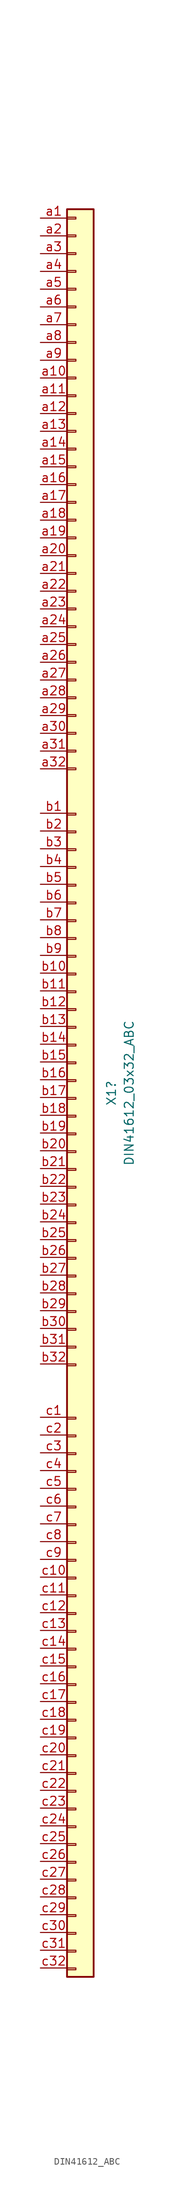
<source format=kicad_sym>
(kicad_symbol_lib
  (version 20231120)
  (generator "kicad_symbol_editor")
  (generator_version "8.0")
  (symbol "DIN41612_ABC"
    (pin_names
      (offset 1.016) hide)
    (property "Reference" "X1"
      (at 5.08 -86.995 90)
      (effects (font (size 1.27 1.27))))
    (property "Value" "DIN41612_03x32_ABC"
      (at 7.62 -86.995 90)
      (effects (font (size 1.27 1.27))))
    (symbol "DIN41612_ABC_1_1"
      (rectangle (start -1.27 -179.07) (end 0 -179.324) (stroke (width 0.152) (type default)) (fill (type none)))
      (rectangle (start -1.27 -92.71) (end 0 -92.964) (stroke (width 0.152) (type default)) (fill (type none)))
      (rectangle (start -1.27 -40.513) (end 0 -40.767) (stroke (width 0.152) (type default)) (fill (type none)))
      (rectangle (start -1.27 -37.973) (end 0 -38.227) (stroke (width 0.152) (type default)) (fill (type none)))
      (rectangle (start -1.27 -35.433) (end 0 -35.687) (stroke (width 0.152) (type default)) (fill (type none)))
      (rectangle (start -1.27 -32.893) (end 0 -33.147) (stroke (width 0.152) (type default)) (fill (type none)))
      (rectangle (start -1.27 -30.353) (end 0 -30.607) (stroke (width 0.152) (type default)) (fill (type none)))
      (rectangle (start -1.27 -27.813) (end 0 -28.067) (stroke (width 0.152) (type default)) (fill (type none)))
      (rectangle (start -1.27 -25.273) (end 0 -25.527) (stroke (width 0.152) (type default)) (fill (type none)))
      (rectangle (start -1.27 -22.733) (end 0 -22.987) (stroke (width 0.152) (type default)) (fill (type none)))
      (rectangle (start -1.27 -20.193) (end 0 -20.447) (stroke (width 0.152) (type default)) (fill (type none)))
      (rectangle (start -1.27 -17.653) (end 0 -17.907) (stroke (width 0.152) (type default)) (fill (type none)))
      (rectangle (start -1.27 -15.113) (end 0 -15.367) (stroke (width 0.152) (type default)) (fill (type none)))
      (rectangle (start -1.27 -12.573) (end 0 -12.827) (stroke (width 0.152) (type default)) (fill (type none)))
      (rectangle (start -1.27 -10.033) (end 0 -10.287) (stroke (width 0.152) (type default)) (fill (type none)))
      (rectangle (start -1.27 -7.493) (end 0 -7.747) (stroke (width 0.152) (type default)) (fill (type none)))
      (rectangle (start -1.27 -4.953) (end 0 -5.207) (stroke (width 0.152) (type default)) (fill (type none)))
      (rectangle (start -1.27 -2.413) (end 0 -2.667) (stroke (width 0.152) (type default)) (fill (type none)))
      (rectangle (start -1.27 0.127) (end 0 -0.127) (stroke (width 0.152) (type default)) (fill (type none)))
      (rectangle (start -1.27 2.667) (end 0 2.413) (stroke (width 0.152) (type default)) (fill (type none)))
      (rectangle (start -1.27 5.207) (end 0 4.953) (stroke (width 0.152) (type default)) (fill (type none)))
      (rectangle (start -1.27 7.747) (end 0 7.493) (stroke (width 0.152) (type default)) (fill (type none)))
      (rectangle (start -1.27 10.287) (end 0 10.033) (stroke (width 0.152) (type default)) (fill (type none)))
      (rectangle (start -1.27 12.827) (end 0 12.573) (stroke (width 0.152) (type default)) (fill (type none)))
      (rectangle (start -1.27 15.367) (end 0 15.113) (stroke (width 0.152) (type default)) (fill (type none)))
      (rectangle (start -1.27 17.907) (end 0 17.653) (stroke (width 0.152) (type default)) (fill (type none)))
      (rectangle (start -1.27 20.447) (end 0 20.193) (stroke (width 0.152) (type default)) (fill (type none)))
      (rectangle (start -1.27 22.987) (end 0 22.733) (stroke (width 0.152) (type default)) (fill (type none)))
      (rectangle (start -1.27 25.527) (end 0 25.273) (stroke (width 0.152) (type default)) (fill (type none)))
      (rectangle (start -1.27 28.067) (end 0 27.813) (stroke (width 0.152) (type default)) (fill (type none)))
      (rectangle (start -1.27 30.607) (end 0 30.353) (stroke (width 0.152) (type default)) (fill (type none)))
      (rectangle (start -1.27 33.147) (end 0 32.893) (stroke (width 0.152) (type default)) (fill (type none)))
      (rectangle (start -1.27 35.687) (end 0 35.433) (stroke (width 0.152) (type default)) (fill (type none)))
      (rectangle (start -1.27 38.227) (end 0 37.973) (stroke (width 0.152) (type default)) (fill (type none)))
      (rectangle (start -1.27 39.37) (end 2.54 -213.36) (stroke (width 0.254) (type default)) (fill (type background)))
      (rectangle (start 0 -212.09) (end -1.27 -212.344) (stroke (width 0.152) (type default)) (fill (type none)))
      (rectangle (start 0 -209.55) (end -1.27 -209.804) (stroke (width 0.152) (type default)) (fill (type none)))
      (rectangle (start 0 -207.01) (end -1.27 -207.264) (stroke (width 0.152) (type default)) (fill (type none)))
      (rectangle (start 0 -204.47) (end -1.27 -204.724) (stroke (width 0.152) (type default)) (fill (type none)))
      (rectangle (start 0 -201.93) (end -1.27 -202.184) (stroke (width 0.152) (type default)) (fill (type none)))
      (rectangle (start 0 -199.39) (end -1.27 -199.644) (stroke (width 0.152) (type default)) (fill (type none)))
      (rectangle (start 0 -196.85) (end -1.27 -197.104) (stroke (width 0.152) (type default)) (fill (type none)))
      (rectangle (start 0 -194.31) (end -1.27 -194.564) (stroke (width 0.152) (type default)) (fill (type none)))
      (rectangle (start 0 -191.77) (end -1.27 -192.024) (stroke (width 0.152) (type default)) (fill (type none)))
      (rectangle (start 0 -189.23) (end -1.27 -189.484) (stroke (width 0.152) (type default)) (fill (type none)))
      (rectangle (start 0 -186.69) (end -1.27 -186.944) (stroke (width 0.152) (type default)) (fill (type none)))
      (rectangle (start 0 -184.15) (end -1.27 -184.404) (stroke (width 0.152) (type default)) (fill (type none)))
      (rectangle (start 0 -181.61) (end -1.27 -181.864) (stroke (width 0.152) (type default)) (fill (type none)))
      (rectangle (start 0 -176.53) (end -1.27 -176.784) (stroke (width 0.152) (type default)) (fill (type none)))
      (rectangle (start 0 -173.99) (end -1.27 -174.244) (stroke (width 0.152) (type default)) (fill (type none)))
      (rectangle (start 0 -171.45) (end -1.27 -171.704) (stroke (width 0.152) (type default)) (fill (type none)))
      (rectangle (start 0 -168.91) (end -1.27 -169.164) (stroke (width 0.152) (type default)) (fill (type none)))
      (rectangle (start 0 -166.37) (end -1.27 -166.624) (stroke (width 0.152) (type default)) (fill (type none)))
      (rectangle (start 0 -163.83) (end -1.27 -164.084) (stroke (width 0.152) (type default)) (fill (type none)))
      (rectangle (start 0 -161.29) (end -1.27 -161.544) (stroke (width 0.152) (type default)) (fill (type none)))
      (rectangle (start 0 -158.75) (end -1.27 -159.004) (stroke (width 0.152) (type default)) (fill (type none)))
      (rectangle (start 0 -156.21) (end -1.27 -156.464) (stroke (width 0.152) (type default)) (fill (type none)))
      (rectangle (start 0 -153.67) (end -1.27 -153.924) (stroke (width 0.152) (type default)) (fill (type none)))
      (rectangle (start 0 -151.13) (end -1.27 -151.384) (stroke (width 0.152) (type default)) (fill (type none)))
      (rectangle (start 0 -148.59) (end -1.27 -148.844) (stroke (width 0.152) (type default)) (fill (type none)))
      (rectangle (start 0 -146.05) (end -1.27 -146.304) (stroke (width 0.152) (type default)) (fill (type none)))
      (rectangle (start 0 -143.51) (end -1.27 -143.764) (stroke (width 0.152) (type default)) (fill (type none)))
      (rectangle (start 0 -140.97) (end -1.27 -141.224) (stroke (width 0.152) (type default)) (fill (type none)))
      (rectangle (start 0 -138.43) (end -1.27 -138.684) (stroke (width 0.152) (type default)) (fill (type none)))
      (rectangle (start 0 -135.89) (end -1.27 -136.144) (stroke (width 0.152) (type default)) (fill (type none)))
      (rectangle (start 0 -133.35) (end -1.27 -133.604) (stroke (width 0.152) (type default)) (fill (type none)))
      (rectangle (start 0 -125.73) (end -1.27 -125.984) (stroke (width 0.152) (type default)) (fill (type none)))
      (rectangle (start 0 -123.19) (end -1.27 -123.444) (stroke (width 0.152) (type default)) (fill (type none)))
      (rectangle (start 0 -120.65) (end -1.27 -120.904) (stroke (width 0.152) (type default)) (fill (type none)))
      (rectangle (start 0 -118.11) (end -1.27 -118.364) (stroke (width 0.152) (type default)) (fill (type none)))
      (rectangle (start 0 -115.57) (end -1.27 -115.824) (stroke (width 0.152) (type default)) (fill (type none)))
      (rectangle (start 0 -113.03) (end -1.27 -113.284) (stroke (width 0.152) (type default)) (fill (type none)))
      (rectangle (start 0 -110.49) (end -1.27 -110.744) (stroke (width 0.152) (type default)) (fill (type none)))
      (rectangle (start 0 -107.95) (end -1.27 -108.204) (stroke (width 0.152) (type default)) (fill (type none)))
      (rectangle (start 0 -105.41) (end -1.27 -105.664) (stroke (width 0.152) (type default)) (fill (type none)))
      (rectangle (start 0 -102.87) (end -1.27 -103.124) (stroke (width 0.152) (type default)) (fill (type none)))
      (rectangle (start 0 -100.33) (end -1.27 -100.584) (stroke (width 0.152) (type default)) (fill (type none)))
      (rectangle (start 0 -97.79) (end -1.27 -98.044) (stroke (width 0.152) (type default)) (fill (type none)))
      (rectangle (start 0 -95.25) (end -1.27 -95.504) (stroke (width 0.152) (type default)) (fill (type none)))
      (rectangle (start 0 -90.17) (end -1.27 -90.424) (stroke (width 0.152) (type default)) (fill (type none)))
      (rectangle (start 0 -87.63) (end -1.27 -87.884) (stroke (width 0.152) (type default)) (fill (type none)))
      (rectangle (start 0 -85.09) (end -1.27 -85.344) (stroke (width 0.152) (type default)) (fill (type none)))
      (rectangle (start 0 -82.55) (end -1.27 -82.804) (stroke (width 0.152) (type default)) (fill (type none)))
      (rectangle (start 0 -80.01) (end -1.27 -80.264) (stroke (width 0.152) (type default)) (fill (type none)))
      (rectangle (start 0 -77.47) (end -1.27 -77.724) (stroke (width 0.152) (type default)) (fill (type none)))
      (rectangle (start 0 -74.93) (end -1.27 -75.184) (stroke (width 0.152) (type default)) (fill (type none)))
      (rectangle (start 0 -72.39) (end -1.27 -72.644) (stroke (width 0.152) (type default)) (fill (type none)))
      (rectangle (start 0 -69.85) (end -1.27 -70.104) (stroke (width 0.152) (type default)) (fill (type none)))
      (rectangle (start 0 -67.31) (end -1.27 -67.564) (stroke (width 0.152) (type default)) (fill (type none)))
      (rectangle (start 0 -64.77) (end -1.27 -65.024) (stroke (width 0.152) (type default)) (fill (type none)))
      (rectangle (start 0 -62.23) (end -1.27 -62.484) (stroke (width 0.152) (type default)) (fill (type none)))
      (rectangle (start 0 -59.69) (end -1.27 -59.944) (stroke (width 0.152) (type default)) (fill (type none)))
      (rectangle (start 0 -57.15) (end -1.27 -57.404) (stroke (width 0.152) (type default)) (fill (type none)))
      (rectangle (start 0 -54.61) (end -1.27 -54.864) (stroke (width 0.152) (type default)) (fill (type none)))
      (rectangle (start 0 -52.07) (end -1.27 -52.324) (stroke (width 0.152) (type default)) (fill (type none)))
      (rectangle (start 0 -49.53) (end -1.27 -49.784) (stroke (width 0.152) (type default)) (fill (type none)))
      (rectangle (start 0 -46.99) (end -1.27 -47.244) (stroke (width 0.152) (type default)) (fill (type none)))
      (pin passive line (at -5.08 38.1 0) (length 3.81) (name "Pin_a1" (effects (font (size 1.27 1.27)))) (number "a1" (effects (font (size 1.27 1.27)))))
      (pin passive line (at -5.08 15.24 0) (length 3.81) (name "Pin_a10" (effects (font (size 1.27 1.27)))) (number "a10" (effects (font (size 1.27 1.27)))))
      (pin passive line (at -5.08 12.7 0) (length 3.81) (name "Pin_a11" (effects (font (size 1.27 1.27)))) (number "a11" (effects (font (size 1.27 1.27)))))
      (pin passive line (at -5.08 10.16 0) (length 3.81) (name "Pin_a12" (effects (font (size 1.27 1.27)))) (number "a12" (effects (font (size 1.27 1.27)))))
      (pin passive line (at -5.08 7.62 0) (length 3.81) (name "Pin_a13" (effects (font (size 1.27 1.27)))) (number "a13" (effects (font (size 1.27 1.27)))))
      (pin passive line (at -5.08 5.08 0) (length 3.81) (name "Pin_a14" (effects (font (size 1.27 1.27)))) (number "a14" (effects (font (size 1.27 1.27)))))
      (pin passive line (at -5.08 2.54 0) (length 3.81) (name "Pin_a15" (effects (font (size 1.27 1.27)))) (number "a15" (effects (font (size 1.27 1.27)))))
      (pin passive line (at -5.08 0 0) (length 3.81) (name "Pin_a16" (effects (font (size 1.27 1.27)))) (number "a16" (effects (font (size 1.27 1.27)))))
      (pin passive line (at -5.08 -2.54 0) (length 3.81) (name "Pin_a17" (effects (font (size 1.27 1.27)))) (number "a17" (effects (font (size 1.27 1.27)))))
      (pin passive line (at -5.08 -5.08 0) (length 3.81) (name "Pin_a18" (effects (font (size 1.27 1.27)))) (number "a18" (effects (font (size 1.27 1.27)))))
      (pin passive line (at -5.08 -7.62 0) (length 3.81) (name "Pin_a19" (effects (font (size 1.27 1.27)))) (number "a19" (effects (font (size 1.27 1.27)))))
      (pin passive line (at -5.08 35.56 0) (length 3.81) (name "Pin_a2" (effects (font (size 1.27 1.27)))) (number "a2" (effects (font (size 1.27 1.27)))))
      (pin passive line (at -5.08 -10.16 0) (length 3.81) (name "Pin_a20" (effects (font (size 1.27 1.27)))) (number "a20" (effects (font (size 1.27 1.27)))))
      (pin passive line (at -5.08 -12.7 0) (length 3.81) (name "Pin_a21" (effects (font (size 1.27 1.27)))) (number "a21" (effects (font (size 1.27 1.27)))))
      (pin passive line (at -5.08 -15.24 0) (length 3.81) (name "Pin_a22" (effects (font (size 1.27 1.27)))) (number "a22" (effects (font (size 1.27 1.27)))))
      (pin passive line (at -5.08 -17.78 0) (length 3.81) (name "Pin_a23" (effects (font (size 1.27 1.27)))) (number "a23" (effects (font (size 1.27 1.27)))))
      (pin passive line (at -5.08 -20.32 0) (length 3.81) (name "Pin_a24" (effects (font (size 1.27 1.27)))) (number "a24" (effects (font (size 1.27 1.27)))))
      (pin passive line (at -5.08 -22.86 0) (length 3.81) (name "Pin_a25" (effects (font (size 1.27 1.27)))) (number "a25" (effects (font (size 1.27 1.27)))))
      (pin passive line (at -5.08 -25.4 0) (length 3.81) (name "Pin_a26" (effects (font (size 1.27 1.27)))) (number "a26" (effects (font (size 1.27 1.27)))))
      (pin passive line (at -5.08 -27.94 0) (length 3.81) (name "Pin_a27" (effects (font (size 1.27 1.27)))) (number "a27" (effects (font (size 1.27 1.27)))))
      (pin passive line (at -5.08 -30.48 0) (length 3.81) (name "Pin_a28" (effects (font (size 1.27 1.27)))) (number "a28" (effects (font (size 1.27 1.27)))))
      (pin passive line (at -5.08 -33.02 0) (length 3.81) (name "Pin_a29" (effects (font (size 1.27 1.27)))) (number "a29" (effects (font (size 1.27 1.27)))))
      (pin passive line (at -5.08 33.02 0) (length 3.81) (name "Pin_a3" (effects (font (size 1.27 1.27)))) (number "a3" (effects (font (size 1.27 1.27)))))
      (pin passive line (at -5.08 -35.56 0) (length 3.81) (name "Pin_a30" (effects (font (size 1.27 1.27)))) (number "a30" (effects (font (size 1.27 1.27)))))
      (pin passive line (at -5.08 -38.1 0) (length 3.81) (name "Pin_a31" (effects (font (size 1.27 1.27)))) (number "a31" (effects (font (size 1.27 1.27)))))
      (pin passive line (at -5.08 -40.64 0) (length 3.81) (name "Pin_a32" (effects (font (size 1.27 1.27)))) (number "a32" (effects (font (size 1.27 1.27)))))
      (pin passive line (at -5.08 30.48 0) (length 3.81) (name "Pin_a4" (effects (font (size 1.27 1.27)))) (number "a4" (effects (font (size 1.27 1.27)))))
      (pin passive line (at -5.08 27.94 0) (length 3.81) (name "Pin_a5" (effects (font (size 1.27 1.27)))) (number "a5" (effects (font (size 1.27 1.27)))))
      (pin passive line (at -5.08 25.4 0) (length 3.81) (name "Pin_a6" (effects (font (size 1.27 1.27)))) (number "a6" (effects (font (size 1.27 1.27)))))
      (pin passive line (at -5.08 22.86 0) (length 3.81) (name "Pin_a7" (effects (font (size 1.27 1.27)))) (number "a7" (effects (font (size 1.27 1.27)))))
      (pin passive line (at -5.08 20.32 0) (length 3.81) (name "Pin_a8" (effects (font (size 1.27 1.27)))) (number "a8" (effects (font (size 1.27 1.27)))))
      (pin passive line (at -5.08 17.78 0) (length 3.81) (name "Pin_a9" (effects (font (size 1.27 1.27)))) (number "a9" (effects (font (size 1.27 1.27)))))
      (pin passive line (at -5.08 -46.99 0) (length 3.81) (name "Pin_b1" (effects (font (size 1.27 1.27)))) (number "b1" (effects (font (size 1.27 1.27)))))
      (pin passive line (at -5.08 -69.85 0) (length 3.81) (name "Pin_b10" (effects (font (size 1.27 1.27)))) (number "b10" (effects (font (size 1.27 1.27)))))
      (pin passive line (at -5.08 -72.39 0) (length 3.81) (name "Pin_b11" (effects (font (size 1.27 1.27)))) (number "b11" (effects (font (size 1.27 1.27)))))
      (pin passive line (at -5.08 -74.93 0) (length 3.81) (name "Pin_b12" (effects (font (size 1.27 1.27)))) (number "b12" (effects (font (size 1.27 1.27)))))
      (pin passive line (at -5.08 -77.47 0) (length 3.81) (name "Pin_b13" (effects (font (size 1.27 1.27)))) (number "b13" (effects (font (size 1.27 1.27)))))
      (pin passive line (at -5.08 -80.01 0) (length 3.81) (name "Pin_b14" (effects (font (size 1.27 1.27)))) (number "b14" (effects (font (size 1.27 1.27)))))
      (pin passive line (at -5.08 -82.55 0) (length 3.81) (name "Pin_b15" (effects (font (size 1.27 1.27)))) (number "b15" (effects (font (size 1.27 1.27)))))
      (pin passive line (at -5.08 -85.09 0) (length 3.81) (name "Pin_b16" (effects (font (size 1.27 1.27)))) (number "b16" (effects (font (size 1.27 1.27)))))
      (pin passive line (at -5.08 -87.63 0) (length 3.81) (name "Pin_b17" (effects (font (size 1.27 1.27)))) (number "b17" (effects (font (size 1.27 1.27)))))
      (pin passive line (at -5.08 -90.17 0) (length 3.81) (name "Pin_b18" (effects (font (size 1.27 1.27)))) (number "b18" (effects (font (size 1.27 1.27)))))
      (pin passive line (at -5.08 -92.71 0) (length 3.81) (name "Pin_b19" (effects (font (size 1.27 1.27)))) (number "b19" (effects (font (size 1.27 1.27)))))
      (pin passive line (at -5.08 -49.53 0) (length 3.81) (name "Pin_b2" (effects (font (size 1.27 1.27)))) (number "b2" (effects (font (size 1.27 1.27)))))
      (pin passive line (at -5.08 -95.25 0) (length 3.81) (name "Pin_b20" (effects (font (size 1.27 1.27)))) (number "b20" (effects (font (size 1.27 1.27)))))
      (pin passive line (at -5.08 -97.79 0) (length 3.81) (name "Pin_b21" (effects (font (size 1.27 1.27)))) (number "b21" (effects (font (size 1.27 1.27)))))
      (pin passive line (at -5.08 -100.33 0) (length 3.81) (name "Pin_b22" (effects (font (size 1.27 1.27)))) (number "b22" (effects (font (size 1.27 1.27)))))
      (pin passive line (at -5.08 -102.87 0) (length 3.81) (name "Pin_b23" (effects (font (size 1.27 1.27)))) (number "b23" (effects (font (size 1.27 1.27)))))
      (pin passive line (at -5.08 -105.41 0) (length 3.81) (name "Pin_b24" (effects (font (size 1.27 1.27)))) (number "b24" (effects (font (size 1.27 1.27)))))
      (pin passive line (at -5.08 -107.95 0) (length 3.81) (name "Pin_b25" (effects (font (size 1.27 1.27)))) (number "b25" (effects (font (size 1.27 1.27)))))
      (pin passive line (at -5.08 -110.49 0) (length 3.81) (name "Pin_b26" (effects (font (size 1.27 1.27)))) (number "b26" (effects (font (size 1.27 1.27)))))
      (pin passive line (at -5.08 -113.03 0) (length 3.81) (name "Pin_b27" (effects (font (size 1.27 1.27)))) (number "b27" (effects (font (size 1.27 1.27)))))
      (pin passive line (at -5.08 -115.57 0) (length 3.81) (name "Pin_b28" (effects (font (size 1.27 1.27)))) (number "b28" (effects (font (size 1.27 1.27)))))
      (pin passive line (at -5.08 -118.11 0) (length 3.81) (name "Pin_b29" (effects (font (size 1.27 1.27)))) (number "b29" (effects (font (size 1.27 1.27)))))
      (pin passive line (at -5.08 -52.07 0) (length 3.81) (name "Pin_b3" (effects (font (size 1.27 1.27)))) (number "b3" (effects (font (size 1.27 1.27)))))
      (pin passive line (at -5.08 -120.65 0) (length 3.81) (name "Pin_b30" (effects (font (size 1.27 1.27)))) (number "b30" (effects (font (size 1.27 1.27)))))
      (pin passive line (at -5.08 -123.19 0) (length 3.81) (name "Pin_b31" (effects (font (size 1.27 1.27)))) (number "b31" (effects (font (size 1.27 1.27)))))
      (pin passive line (at -5.08 -125.73 0) (length 3.81) (name "Pin_b32" (effects (font (size 1.27 1.27)))) (number "b32" (effects (font (size 1.27 1.27)))))
      (pin passive line (at -5.08 -54.61 0) (length 3.81) (name "Pin_b4" (effects (font (size 1.27 1.27)))) (number "b4" (effects (font (size 1.27 1.27)))))
      (pin passive line (at -5.08 -57.15 0) (length 3.81) (name "Pin_b5" (effects (font (size 1.27 1.27)))) (number "b5" (effects (font (size 1.27 1.27)))))
      (pin passive line (at -5.08 -59.69 0) (length 3.81) (name "Pin_b6" (effects (font (size 1.27 1.27)))) (number "b6" (effects (font (size 1.27 1.27)))))
      (pin passive line (at -5.08 -62.23 0) (length 3.81) (name "Pin_b7" (effects (font (size 1.27 1.27)))) (number "b7" (effects (font (size 1.27 1.27)))))
      (pin passive line (at -5.08 -64.77 0) (length 3.81) (name "Pin_b8" (effects (font (size 1.27 1.27)))) (number "b8" (effects (font (size 1.27 1.27)))))
      (pin passive line (at -5.08 -67.31 0) (length 3.81) (name "Pin_b9" (effects (font (size 1.27 1.27)))) (number "b9" (effects (font (size 1.27 1.27)))))
      (pin passive line (at -5.08 -133.35 0) (length 3.81) (name "Pin_c1" (effects (font (size 1.27 1.27)))) (number "c1" (effects (font (size 1.27 1.27)))))
      (pin passive line (at -5.08 -156.21 0) (length 3.81) (name "Pin_c10" (effects (font (size 1.27 1.27)))) (number "c10" (effects (font (size 1.27 1.27)))))
      (pin passive line (at -5.08 -158.75 0) (length 3.81) (name "Pin_c11" (effects (font (size 1.27 1.27)))) (number "c11" (effects (font (size 1.27 1.27)))))
      (pin passive line (at -5.08 -161.29 0) (length 3.81) (name "Pin_c12" (effects (font (size 1.27 1.27)))) (number "c12" (effects (font (size 1.27 1.27)))))
      (pin passive line (at -5.08 -163.83 0) (length 3.81) (name "Pin_c13" (effects (font (size 1.27 1.27)))) (number "c13" (effects (font (size 1.27 1.27)))))
      (pin passive line (at -5.08 -166.37 0) (length 3.81) (name "Pin_c14" (effects (font (size 1.27 1.27)))) (number "c14" (effects (font (size 1.27 1.27)))))
      (pin passive line (at -5.08 -168.91 0) (length 3.81) (name "Pin_c15" (effects (font (size 1.27 1.27)))) (number "c15" (effects (font (size 1.27 1.27)))))
      (pin passive line (at -5.08 -171.45 0) (length 3.81) (name "Pin_c16" (effects (font (size 1.27 1.27)))) (number "c16" (effects (font (size 1.27 1.27)))))
      (pin passive line (at -5.08 -173.99 0) (length 3.81) (name "Pin_c17" (effects (font (size 1.27 1.27)))) (number "c17" (effects (font (size 1.27 1.27)))))
      (pin passive line (at -5.08 -176.53 0) (length 3.81) (name "Pin_c18" (effects (font (size 1.27 1.27)))) (number "c18" (effects (font (size 1.27 1.27)))))
      (pin passive line (at -5.08 -179.07 0) (length 3.81) (name "Pin_c19" (effects (font (size 1.27 1.27)))) (number "c19" (effects (font (size 1.27 1.27)))))
      (pin passive line (at -5.08 -135.89 0) (length 3.81) (name "Pin_c2" (effects (font (size 1.27 1.27)))) (number "c2" (effects (font (size 1.27 1.27)))))
      (pin passive line (at -5.08 -181.61 0) (length 3.81) (name "Pin_c20" (effects (font (size 1.27 1.27)))) (number "c20" (effects (font (size 1.27 1.27)))))
      (pin passive line (at -5.08 -184.15 0) (length 3.81) (name "Pin_c21" (effects (font (size 1.27 1.27)))) (number "c21" (effects (font (size 1.27 1.27)))))
      (pin passive line (at -5.08 -186.69 0) (length 3.81) (name "Pin_c22" (effects (font (size 1.27 1.27)))) (number "c22" (effects (font (size 1.27 1.27)))))
      (pin passive line (at -5.08 -189.23 0) (length 3.81) (name "Pin_c23" (effects (font (size 1.27 1.27)))) (number "c23" (effects (font (size 1.27 1.27)))))
      (pin passive line (at -5.08 -191.77 0) (length 3.81) (name "Pin_c24" (effects (font (size 1.27 1.27)))) (number "c24" (effects (font (size 1.27 1.27)))))
      (pin passive line (at -5.08 -194.31 0) (length 3.81) (name "Pin_c25" (effects (font (size 1.27 1.27)))) (number "c25" (effects (font (size 1.27 1.27)))))
      (pin passive line (at -5.08 -196.85 0) (length 3.81) (name "Pin_c26" (effects (font (size 1.27 1.27)))) (number "c26" (effects (font (size 1.27 1.27)))))
      (pin passive line (at -5.08 -199.39 0) (length 3.81) (name "Pin_c27" (effects (font (size 1.27 1.27)))) (number "c27" (effects (font (size 1.27 1.27)))))
      (pin passive line (at -5.08 -201.93 0) (length 3.81) (name "Pin_c28" (effects (font (size 1.27 1.27)))) (number "c28" (effects (font (size 1.27 1.27)))))
      (pin passive line (at -5.08 -204.47 0) (length 3.81) (name "Pin_c29" (effects (font (size 1.27 1.27)))) (number "c29" (effects (font (size 1.27 1.27)))))
      (pin passive line (at -5.08 -138.43 0) (length 3.81) (name "Pin_c3" (effects (font (size 1.27 1.27)))) (number "c3" (effects (font (size 1.27 1.27)))))
      (pin passive line (at -5.08 -207.01 0) (length 3.81) (name "Pin_c30" (effects (font (size 1.27 1.27)))) (number "c30" (effects (font (size 1.27 1.27)))))
      (pin passive line (at -5.08 -209.55 0) (length 3.81) (name "Pin_c31" (effects (font (size 1.27 1.27)))) (number "c31" (effects (font (size 1.27 1.27)))))
      (pin passive line (at -5.08 -212.09 0) (length 3.81) (name "Pin_c32" (effects (font (size 1.27 1.27)))) (number "c32" (effects (font (size 1.27 1.27)))))
      (pin passive line (at -5.08 -140.97 0) (length 3.81) (name "Pin_c4" (effects (font (size 1.27 1.27)))) (number "c4" (effects (font (size 1.27 1.27)))))
      (pin passive line (at -5.08 -143.51 0) (length 3.81) (name "Pin_c5" (effects (font (size 1.27 1.27)))) (number "c5" (effects (font (size 1.27 1.27)))))
      (pin passive line (at -5.08 -146.05 0) (length 3.81) (name "Pin_c6" (effects (font (size 1.27 1.27)))) (number "c6" (effects (font (size 1.27 1.27)))))
      (pin passive line (at -5.08 -148.59 0) (length 3.81) (name "Pin_c7" (effects (font (size 1.27 1.27)))) (number "c7" (effects (font (size 1.27 1.27)))))
      (pin passive line (at -5.08 -151.13 0) (length 3.81) (name "Pin_c8" (effects (font (size 1.27 1.27)))) (number "c8" (effects (font (size 1.27 1.27)))))
      (pin passive line (at -5.08 -153.67 0) (length 3.81) (name "Pin_c9" (effects (font (size 1.27 1.27)))) (number "c9" (effects (font (size 1.27 1.27))))))))
</source>
